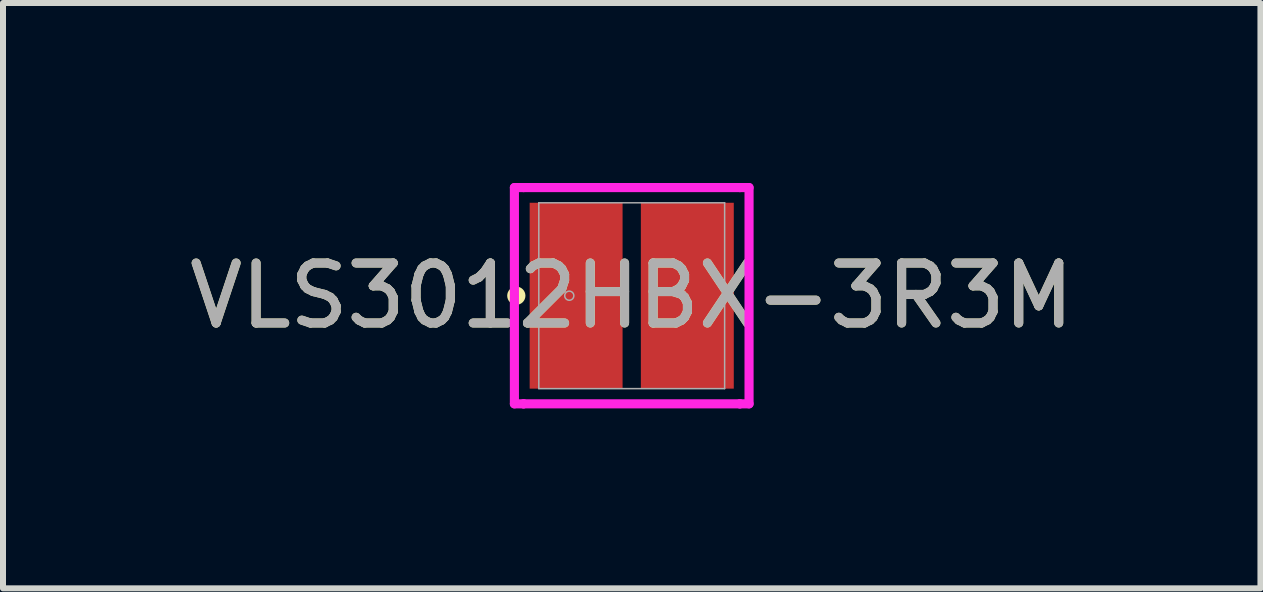
<source format=kicad_pcb>
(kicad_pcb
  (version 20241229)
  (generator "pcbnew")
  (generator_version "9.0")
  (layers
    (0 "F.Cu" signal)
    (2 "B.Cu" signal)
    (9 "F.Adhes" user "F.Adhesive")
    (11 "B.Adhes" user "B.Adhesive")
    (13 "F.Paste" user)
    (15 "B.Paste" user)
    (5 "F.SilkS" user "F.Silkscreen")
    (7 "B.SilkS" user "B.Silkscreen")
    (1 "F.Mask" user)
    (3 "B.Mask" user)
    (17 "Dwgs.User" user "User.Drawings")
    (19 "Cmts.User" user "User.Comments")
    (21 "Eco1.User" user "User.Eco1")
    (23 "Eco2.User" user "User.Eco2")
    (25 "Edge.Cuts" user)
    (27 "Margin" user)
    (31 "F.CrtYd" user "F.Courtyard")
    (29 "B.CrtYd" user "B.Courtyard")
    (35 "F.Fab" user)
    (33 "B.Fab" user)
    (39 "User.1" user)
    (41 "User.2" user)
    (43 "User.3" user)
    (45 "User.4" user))
  (footprint "VLS3012HBX-3R3M"
    (layer "F.Cu")
    (at 7.482 1.88)
    (property "Reference" "VLS3012HBX-3R3M" (at 0 0 0) (unlocked yes) (layer "F.SilkS") (effects (font (size 1 1) (thickness 0.15))))
    (attr smd)
    (fp_circle (center -1.924 0) (end -1.848 0) (stroke (width 0.152) (type solid)) (fill no) (layer "F.SilkS"))
    (fp_line (start -1.956 -1.803) (end -1.803 -1.803) (stroke (width 0.152) (type solid)) (layer "F.CrtYd"))
    (fp_line (start -1.956 1.803) (end -1.956 -1.803) (stroke (width 0.152) (type solid)) (layer "F.CrtYd"))
    (fp_line (start -1.803 -1.803) (end -1.803 -1.803) (stroke (width 0.152) (type solid)) (layer "F.CrtYd"))
    (fp_line (start -1.803 -1.803) (end 1.803 -1.803) (stroke (width 0.152) (type solid)) (layer "F.CrtYd"))
    (fp_line (start -1.803 1.803) (end -1.956 1.803) (stroke (width 0.152) (type solid)) (layer "F.CrtYd"))
    (fp_line (start -1.803 1.803) (end -1.803 1.803) (stroke (width 0.152) (type solid)) (layer "F.CrtYd"))
    (fp_line (start 1.803 -1.803) (end 1.803 -1.803) (stroke (width 0.152) (type solid)) (layer "F.CrtYd"))
    (fp_line (start 1.803 -1.803) (end 1.956 -1.803) (stroke (width 0.152) (type solid)) (layer "F.CrtYd"))
    (fp_line (start 1.803 1.803) (end -1.803 1.803) (stroke (width 0.152) (type solid)) (layer "F.CrtYd"))
    (fp_line (start 1.803 1.803) (end 1.803 1.803) (stroke (width 0.152) (type solid)) (layer "F.CrtYd"))
    (fp_line (start 1.956 -1.803) (end 1.956 1.803) (stroke (width 0.152) (type solid)) (layer "F.CrtYd"))
    (fp_line (start 1.956 1.803) (end 1.803 1.803) (stroke (width 0.152) (type solid)) (layer "F.CrtYd"))
    (fp_line (start -1.549 -1.549) (end -1.549 1.549) (stroke (width 0.025) (type solid)) (layer "F.Fab"))
    (fp_line (start -1.549 1.549) (end 1.549 1.549) (stroke (width 0.025) (type solid)) (layer "F.Fab"))
    (fp_line (start 1.549 -1.549) (end -1.549 -1.549) (stroke (width 0.025) (type solid)) (layer "F.Fab"))
    (fp_line (start 1.549 1.549) (end 1.549 -1.549) (stroke (width 0.025) (type solid)) (layer "F.Fab"))
    (fp_circle (center -1.041 0) (end -0.965 0) (stroke (width 0.025) (type solid)) (fill no) (layer "F.Fab"))
    (fp_text user "${REFERENCE}" (at 0 0 0) (unlocked yes) (layer "F.Fab") (effects (font (size 1 1) (thickness 0.15))))
    (pad "1" smd rect (at -0.927 0 90) (size 3.099 1.549) (layers "F.Cu" "F.Mask" "F.Paste"))
    (pad "2" smd rect (at 0.927 0 90) (size 3.099 1.549) (layers "F.Cu" "F.Mask" "F.Paste"))
    (zone (net_name "") (layer "F.Cu") (hatch full 0.508) (connect_pads) (min_thickness 0.254) (filled_areas_thickness no) (keepout (tracks not_allowed) (vias not_allowed) (pads allowed) (copperpour not_allowed) (footprints allowed)) (placement (enabled no)) (fill) (polygon (pts (xy 5.984 0.381) (xy 8.981 0.381) (xy 8.981 0.279) (xy 5.984 0.279))))
    (zone (net_name "") (layer "F.Cu") (hatch full 0.508) (connect_pads) (min_thickness 0.254) (filled_areas_thickness no) (keepout (tracks not_allowed) (vias not_allowed) (pads allowed) (copperpour not_allowed) (footprints allowed)) (placement (enabled no)) (fill) (polygon (pts (xy 5.984 3.48) (xy 8.981 3.48) (xy 8.981 3.378) (xy 5.984 3.378))))
    (zone (net_name "") (layer "F.Cu") (hatch full 0.508) (connect_pads) (min_thickness 0.254) (filled_areas_thickness no) (keepout (tracks not_allowed) (vias not_allowed) (pads allowed) (copperpour not_allowed) (footprints allowed)) (placement (enabled no)) (fill) (polygon (pts (xy 7.381 0.279) (xy 7.584 0.279) (xy 7.584 3.48) (xy 7.381 3.48)))))
  (gr_rect
    (start -3 -3)
    (end 17.964 6.759)
    (stroke (width 0.1) (type default))
    (fill no)
    (layer "Edge.Cuts")))
</source>
